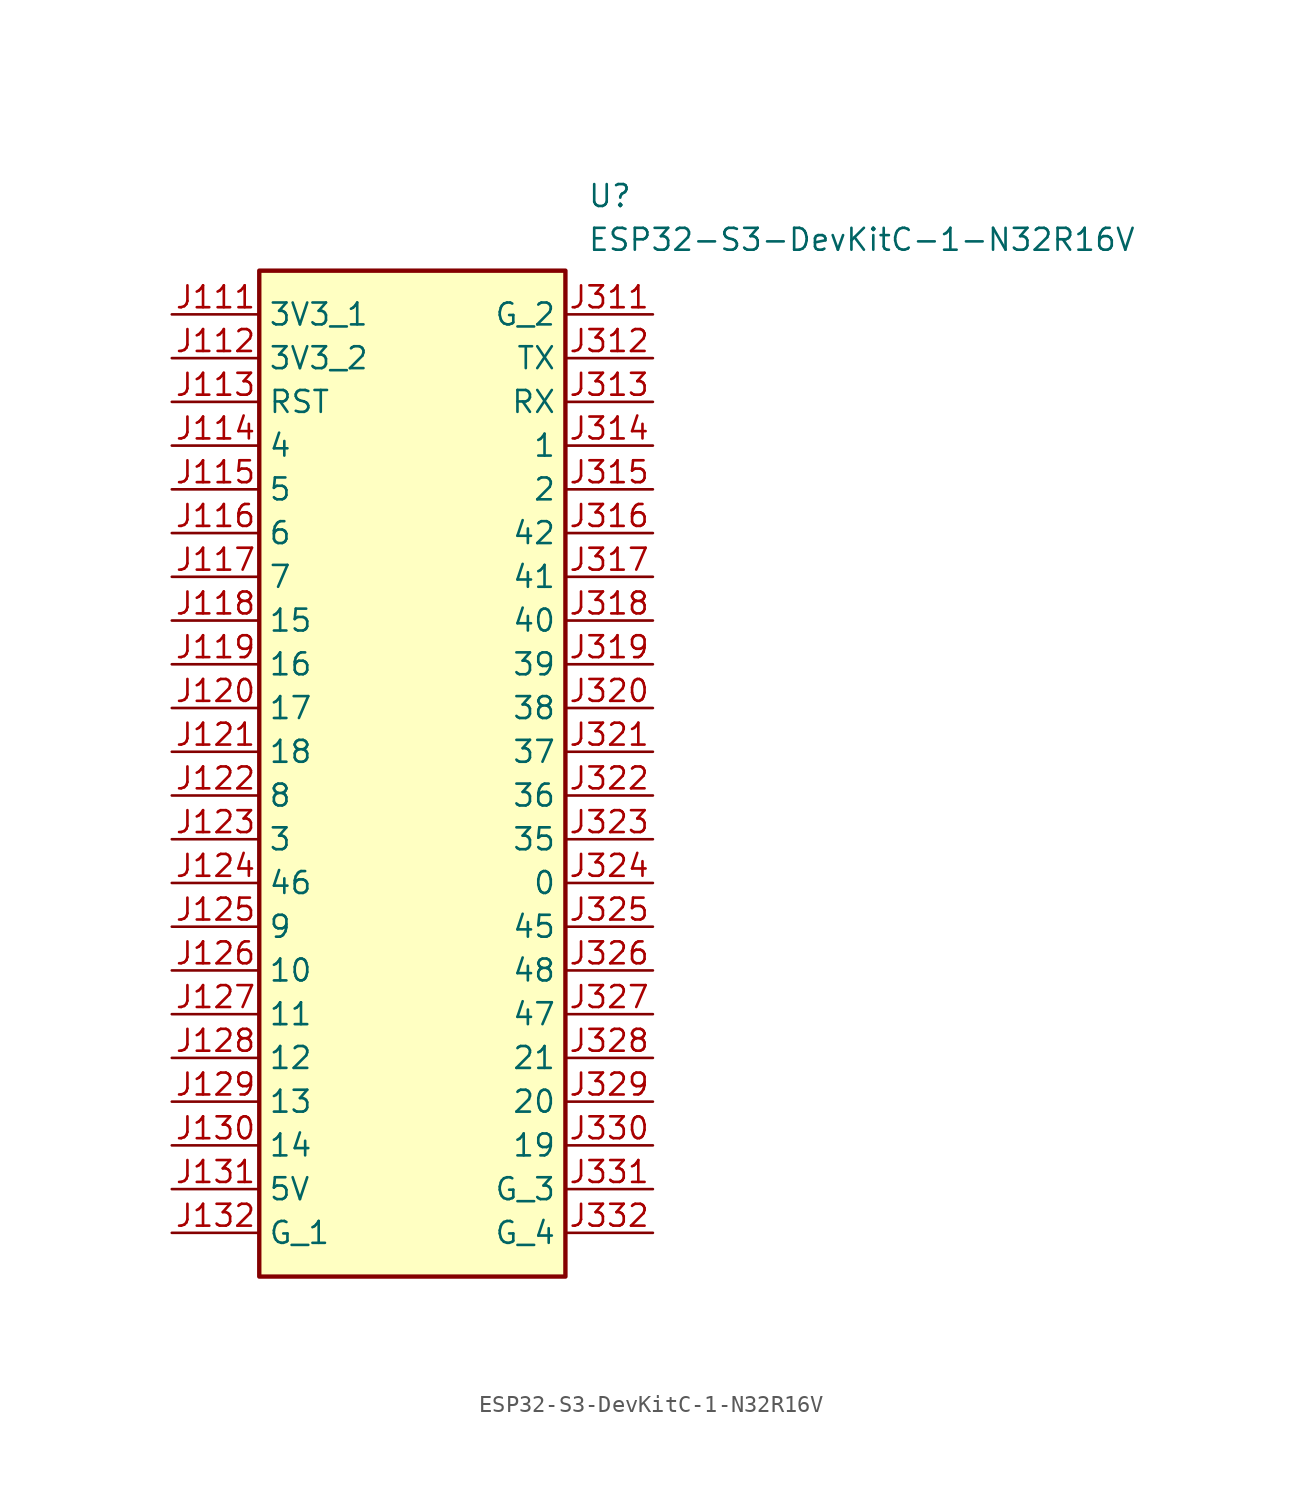
<source format=kicad_sym>
(kicad_symbol_lib
  (version 20241209)
  (generator "kicad_symbol_editor")
  (generator_version "9.0")
  (symbol "ESP32-S3-DevKitC-1-N32R16V"
    (property "Reference" "U"
      (at 24.13 7.62 0)
      (effects (font (size 1.27 1.27)) (justify left top)))
    (property "Value" "ESP32-S3-DevKitC-1-N32R16V"
      (at 24.13 5.08 0)
      (effects (font (size 1.27 1.27)) (justify left top)))
    (symbol "ESP32-S3-DevKitC-1-N32R16V_1_1"
      (rectangle (start 5.08 2.54) (end 22.86 -55.88) (stroke (width 0.254) (type default)) (fill (type background)))
      (pin passive line (at 0 0 0) (length 5.08) (name "3V3_1" (effects (font (size 1.27 1.27)))) (number "J111" (effects (font (size 1.27 1.27)))))
      (pin passive line (at 0 -2.54 0) (length 5.08) (name "3V3_2" (effects (font (size 1.27 1.27)))) (number "J112" (effects (font (size 1.27 1.27)))))
      (pin passive line (at 0 -5.08 0) (length 5.08) (name "RST" (effects (font (size 1.27 1.27)))) (number "J113" (effects (font (size 1.27 1.27)))))
      (pin passive line (at 0 -7.62 0) (length 5.08) (name "4" (effects (font (size 1.27 1.27)))) (number "J114" (effects (font (size 1.27 1.27)))))
      (pin passive line (at 0 -10.16 0) (length 5.08) (name "5" (effects (font (size 1.27 1.27)))) (number "J115" (effects (font (size 1.27 1.27)))))
      (pin passive line (at 0 -12.7 0) (length 5.08) (name "6" (effects (font (size 1.27 1.27)))) (number "J116" (effects (font (size 1.27 1.27)))))
      (pin passive line (at 0 -15.24 0) (length 5.08) (name "7" (effects (font (size 1.27 1.27)))) (number "J117" (effects (font (size 1.27 1.27)))))
      (pin passive line (at 0 -17.78 0) (length 5.08) (name "15" (effects (font (size 1.27 1.27)))) (number "J118" (effects (font (size 1.27 1.27)))))
      (pin passive line (at 0 -20.32 0) (length 5.08) (name "16" (effects (font (size 1.27 1.27)))) (number "J119" (effects (font (size 1.27 1.27)))))
      (pin passive line (at 0 -22.86 0) (length 5.08) (name "17" (effects (font (size 1.27 1.27)))) (number "J120" (effects (font (size 1.27 1.27)))))
      (pin passive line (at 0 -25.4 0) (length 5.08) (name "18" (effects (font (size 1.27 1.27)))) (number "J121" (effects (font (size 1.27 1.27)))))
      (pin passive line (at 0 -27.94 0) (length 5.08) (name "8" (effects (font (size 1.27 1.27)))) (number "J122" (effects (font (size 1.27 1.27)))))
      (pin passive line (at 0 -30.48 0) (length 5.08) (name "3" (effects (font (size 1.27 1.27)))) (number "J123" (effects (font (size 1.27 1.27)))))
      (pin passive line (at 0 -33.02 0) (length 5.08) (name "46" (effects (font (size 1.27 1.27)))) (number "J124" (effects (font (size 1.27 1.27)))))
      (pin passive line (at 0 -35.56 0) (length 5.08) (name "9" (effects (font (size 1.27 1.27)))) (number "J125" (effects (font (size 1.27 1.27)))))
      (pin passive line (at 0 -38.1 0) (length 5.08) (name "10" (effects (font (size 1.27 1.27)))) (number "J126" (effects (font (size 1.27 1.27)))))
      (pin passive line (at 0 -40.64 0) (length 5.08) (name "11" (effects (font (size 1.27 1.27)))) (number "J127" (effects (font (size 1.27 1.27)))))
      (pin passive line (at 0 -43.18 0) (length 5.08) (name "12" (effects (font (size 1.27 1.27)))) (number "J128" (effects (font (size 1.27 1.27)))))
      (pin passive line (at 0 -45.72 0) (length 5.08) (name "13" (effects (font (size 1.27 1.27)))) (number "J129" (effects (font (size 1.27 1.27)))))
      (pin passive line (at 0 -48.26 0) (length 5.08) (name "14" (effects (font (size 1.27 1.27)))) (number "J130" (effects (font (size 1.27 1.27)))))
      (pin passive line (at 0 -50.8 0) (length 5.08) (name "5V" (effects (font (size 1.27 1.27)))) (number "J131" (effects (font (size 1.27 1.27)))))
      (pin passive line (at 0 -53.34 0) (length 5.08) (name "G_1" (effects (font (size 1.27 1.27)))) (number "J132" (effects (font (size 1.27 1.27)))))
      (pin passive line (at 27.94 0 180) (length 5.08) (name "G_2" (effects (font (size 1.27 1.27)))) (number "J311" (effects (font (size 1.27 1.27)))))
      (pin passive line (at 27.94 -2.54 180) (length 5.08) (name "TX" (effects (font (size 1.27 1.27)))) (number "J312" (effects (font (size 1.27 1.27)))))
      (pin passive line (at 27.94 -5.08 180) (length 5.08) (name "RX" (effects (font (size 1.27 1.27)))) (number "J313" (effects (font (size 1.27 1.27)))))
      (pin passive line (at 27.94 -7.62 180) (length 5.08) (name "1" (effects (font (size 1.27 1.27)))) (number "J314" (effects (font (size 1.27 1.27)))))
      (pin passive line (at 27.94 -10.16 180) (length 5.08) (name "2" (effects (font (size 1.27 1.27)))) (number "J315" (effects (font (size 1.27 1.27)))))
      (pin passive line (at 27.94 -12.7 180) (length 5.08) (name "42" (effects (font (size 1.27 1.27)))) (number "J316" (effects (font (size 1.27 1.27)))))
      (pin passive line (at 27.94 -15.24 180) (length 5.08) (name "41" (effects (font (size 1.27 1.27)))) (number "J317" (effects (font (size 1.27 1.27)))))
      (pin passive line (at 27.94 -17.78 180) (length 5.08) (name "40" (effects (font (size 1.27 1.27)))) (number "J318" (effects (font (size 1.27 1.27)))))
      (pin passive line (at 27.94 -20.32 180) (length 5.08) (name "39" (effects (font (size 1.27 1.27)))) (number "J319" (effects (font (size 1.27 1.27)))))
      (pin passive line (at 27.94 -22.86 180) (length 5.08) (name "38" (effects (font (size 1.27 1.27)))) (number "J320" (effects (font (size 1.27 1.27)))))
      (pin passive line (at 27.94 -25.4 180) (length 5.08) (name "37" (effects (font (size 1.27 1.27)))) (number "J321" (effects (font (size 1.27 1.27)))))
      (pin passive line (at 27.94 -27.94 180) (length 5.08) (name "36" (effects (font (size 1.27 1.27)))) (number "J322" (effects (font (size 1.27 1.27)))))
      (pin passive line (at 27.94 -30.48 180) (length 5.08) (name "35" (effects (font (size 1.27 1.27)))) (number "J323" (effects (font (size 1.27 1.27)))))
      (pin passive line (at 27.94 -33.02 180) (length 5.08) (name "0" (effects (font (size 1.27 1.27)))) (number "J324" (effects (font (size 1.27 1.27)))))
      (pin passive line (at 27.94 -35.56 180) (length 5.08) (name "45" (effects (font (size 1.27 1.27)))) (number "J325" (effects (font (size 1.27 1.27)))))
      (pin passive line (at 27.94 -38.1 180) (length 5.08) (name "48" (effects (font (size 1.27 1.27)))) (number "J326" (effects (font (size 1.27 1.27)))))
      (pin passive line (at 27.94 -40.64 180) (length 5.08) (name "47" (effects (font (size 1.27 1.27)))) (number "J327" (effects (font (size 1.27 1.27)))))
      (pin passive line (at 27.94 -43.18 180) (length 5.08) (name "21" (effects (font (size 1.27 1.27)))) (number "J328" (effects (font (size 1.27 1.27)))))
      (pin passive line (at 27.94 -45.72 180) (length 5.08) (name "20" (effects (font (size 1.27 1.27)))) (number "J329" (effects (font (size 1.27 1.27)))))
      (pin passive line (at 27.94 -48.26 180) (length 5.08) (name "19" (effects (font (size 1.27 1.27)))) (number "J330" (effects (font (size 1.27 1.27)))))
      (pin passive line (at 27.94 -50.8 180) (length 5.08) (name "G_3" (effects (font (size 1.27 1.27)))) (number "J331" (effects (font (size 1.27 1.27)))))
      (pin passive line (at 27.94 -53.34 180) (length 5.08) (name "G_4" (effects (font (size 1.27 1.27)))) (number "J332" (effects (font (size 1.27 1.27))))))))
</source>
